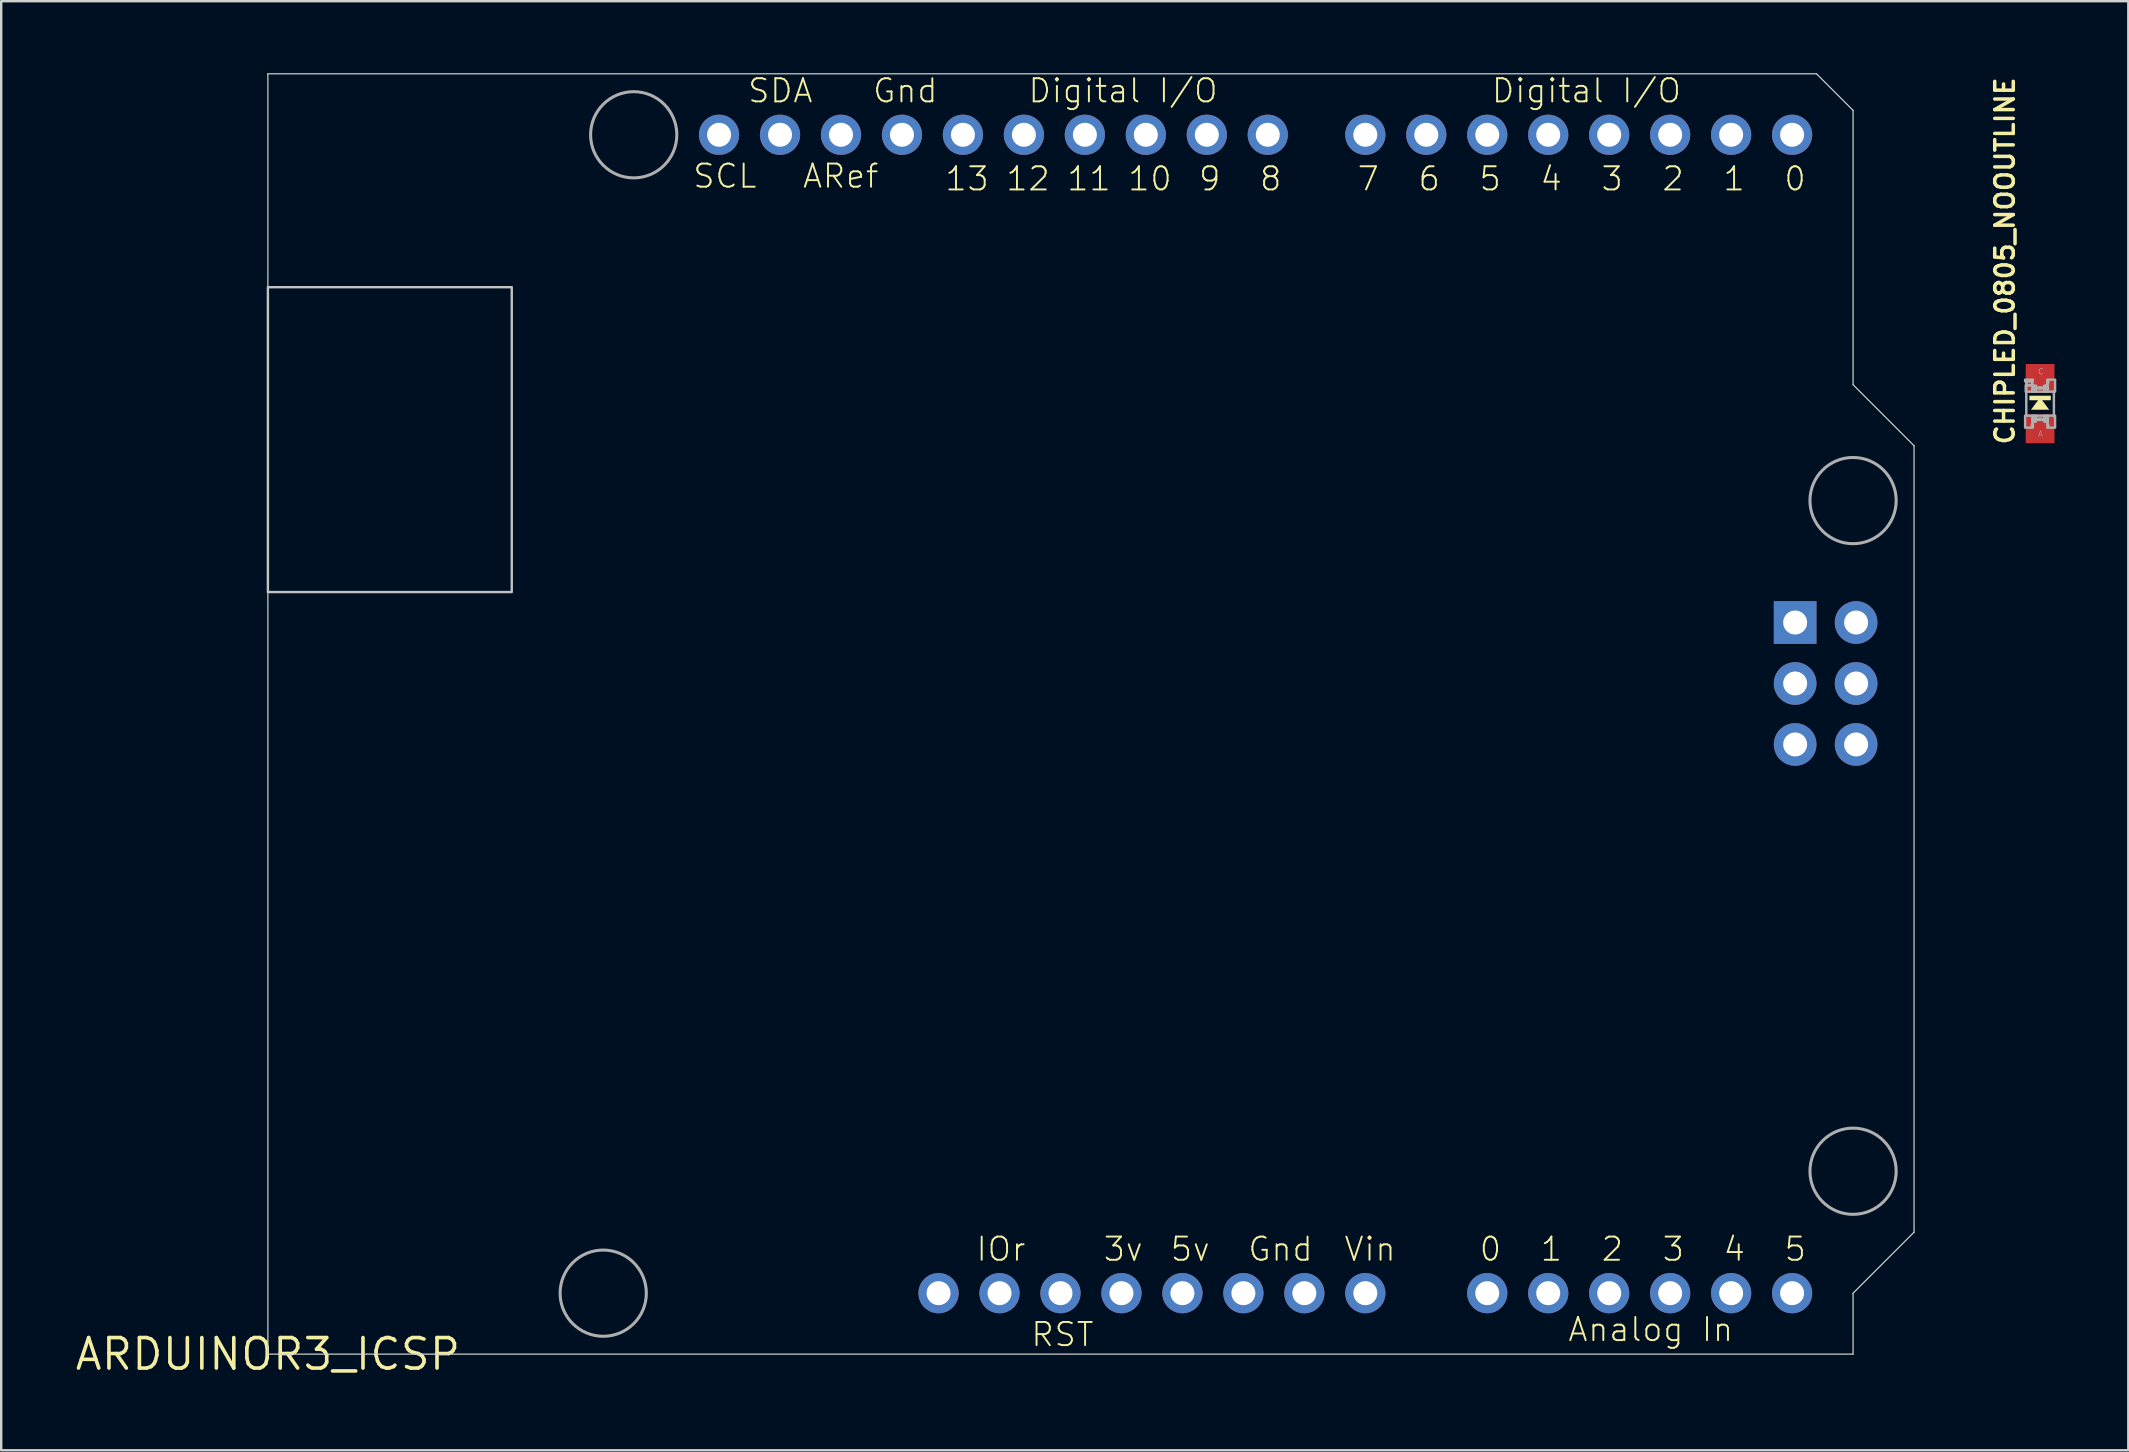
<source format=kicad_pcb>
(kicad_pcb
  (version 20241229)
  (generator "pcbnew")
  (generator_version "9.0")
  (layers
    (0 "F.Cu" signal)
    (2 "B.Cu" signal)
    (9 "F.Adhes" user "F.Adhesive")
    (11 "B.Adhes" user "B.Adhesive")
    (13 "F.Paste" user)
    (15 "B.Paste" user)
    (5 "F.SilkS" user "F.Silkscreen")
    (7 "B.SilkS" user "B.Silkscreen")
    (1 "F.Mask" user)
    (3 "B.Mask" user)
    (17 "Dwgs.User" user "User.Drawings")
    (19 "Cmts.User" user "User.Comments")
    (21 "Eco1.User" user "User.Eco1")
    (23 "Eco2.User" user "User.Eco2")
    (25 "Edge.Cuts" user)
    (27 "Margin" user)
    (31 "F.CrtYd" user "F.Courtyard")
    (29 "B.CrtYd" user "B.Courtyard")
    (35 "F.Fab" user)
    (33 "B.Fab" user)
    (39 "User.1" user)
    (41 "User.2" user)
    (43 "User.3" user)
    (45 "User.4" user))
  (footprint "ARDUINOR3_ICSP"
    (layer "F.Cu")
    (at 8.111 53.365)
    (property "Reference" "ARDUINOR3_ICSP" (at 0 0 0) (layer "F.SilkS") (effects (font (size 1.27 1.27) (thickness 0.15))))
    (attr through_hole)
    (fp_poly (pts (xy 0 -44.45) (xy 10.16 -44.45) (xy 10.16 -31.75) (xy 0 -31.75)) (stroke (width 0.1) (type solid)) (fill no) (layer "Dwgs.User"))
    (fp_line (start 0 -53.34) (end 0 0) (stroke (width 0.05) (type solid)) (layer "Edge.Cuts"))
    (fp_line (start 0 0) (end 66.04 0) (stroke (width 0.05) (type solid)) (layer "Edge.Cuts"))
    (fp_line (start 64.516 -53.34) (end 0 -53.34) (stroke (width 0.05) (type solid)) (layer "Edge.Cuts"))
    (fp_line (start 66.04 -51.816) (end 64.516 -53.34) (stroke (width 0.05) (type solid)) (layer "Edge.Cuts"))
    (fp_line (start 66.04 -40.386) (end 66.04 -51.816) (stroke (width 0.05) (type solid)) (layer "Edge.Cuts"))
    (fp_line (start 66.04 -2.54) (end 68.58 -5.08) (stroke (width 0.05) (type solid)) (layer "Edge.Cuts"))
    (fp_line (start 66.04 0) (end 66.04 -2.54) (stroke (width 0.05) (type solid)) (layer "Edge.Cuts"))
    (fp_line (start 68.58 -37.846) (end 66.04 -40.386) (stroke (width 0.05) (type solid)) (layer "Edge.Cuts"))
    (fp_line (start 68.58 -5.08) (end 68.58 -37.846) (stroke (width 0.05) (type solid)) (layer "Edge.Cuts"))
    (fp_circle (center 13.97 -2.54) (end 15.766 -2.54) (stroke (width 0.127) (type solid)) (fill no) (layer "F.Fab"))
    (fp_circle (center 15.24 -50.8) (end 17.036 -50.8) (stroke (width 0.127) (type solid)) (fill no) (layer "F.Fab"))
    (fp_circle (center 66.04 -35.56) (end 67.836 -35.56) (stroke (width 0.127) (type solid)) (fill no) (layer "F.Fab"))
    (fp_circle (center 66.04 -7.62) (end 67.836 -7.62) (stroke (width 0.127) (type solid)) (fill no) (layer "F.Fab"))
    (fp_text user "4" (at 60.579 -3.81 0) (layer "F.SilkS") (effects (font (size 0.965 0.965) (thickness 0.081)) (justify left bottom)))
    (fp_text user "0" (at 50.419 -3.81 0) (layer "F.SilkS") (effects (font (size 0.965 0.965) (thickness 0.081)) (justify left bottom)))
    (fp_text user "IOr" (at 29.454 -3.81 0) (layer "F.SilkS") (effects (font (size 0.965 0.965) (thickness 0.081)) (justify left bottom)))
    (fp_text user "3v" (at 34.752 -3.81 0) (layer "F.SilkS") (effects (font (size 0.965 0.965) (thickness 0.081)) (justify left bottom)))
    (fp_text user "11" (at 35.179 -49.53 0) (layer "F.SilkS") (effects (font (size 0.965 0.965) (thickness 0.081)) (justify right top)))
    (fp_text user "Analog In" (at 54.112 -0.462 0) (layer "F.SilkS") (effects (font (size 0.965 0.965) (thickness 0.081)) (justify left bottom)))
    (fp_text user "SDA" (at 19.939 -52.07 0) (layer "F.SilkS") (effects (font (size 0.965 0.965) (thickness 0.081)) (justify left bottom)))
    (fp_text user "9" (at 39.751 -49.53 0) (layer "F.SilkS") (effects (font (size 0.965 0.965) (thickness 0.081)) (justify right top)))
    (fp_text user "13" (at 30.099 -49.53 0) (layer "F.SilkS") (effects (font (size 0.965 0.965) (thickness 0.081)) (justify right top)))
    (fp_text user "Vin" (at 44.785 -3.81 0) (layer "F.SilkS") (effects (font (size 0.965 0.965) (thickness 0.081)) (justify left bottom)))
    (fp_text user "3" (at 58.039 -3.81 0) (layer "F.SilkS") (effects (font (size 0.965 0.965) (thickness 0.081)) (justify left bottom)))
    (fp_text user "RST" (at 31.74 -0.254 0) (layer "F.SilkS") (effects (font (size 0.965 0.965) (thickness 0.081)) (justify left bottom)))
    (fp_text user "1" (at 61.595 -49.53 0) (layer "F.SilkS") (effects (font (size 0.965 0.965) (thickness 0.081)) (justify right top)))
    (fp_text user "12" (at 32.639 -49.53 0) (layer "F.SilkS") (effects (font (size 0.965 0.965) (thickness 0.081)) (justify right top)))
    (fp_text user "2" (at 59.055 -49.53 0) (layer "F.SilkS") (effects (font (size 0.965 0.965) (thickness 0.081)) (justify right top)))
    (fp_text user "2" (at 55.499 -3.81 0) (layer "F.SilkS") (effects (font (size 0.965 0.965) (thickness 0.081)) (justify left bottom)))
    (fp_text user "3" (at 56.515 -49.53 0) (layer "F.SilkS") (effects (font (size 0.965 0.965) (thickness 0.081)) (justify right top)))
    (fp_text user "0" (at 64.135 -49.53 0) (layer "F.SilkS") (effects (font (size 0.965 0.965) (thickness 0.081)) (justify right top)))
    (fp_text user "8" (at 42.291 -49.53 0) (layer "F.SilkS") (effects (font (size 0.965 0.965) (thickness 0.081)) (justify right top)))
    (fp_text user "Digital I/O" (at 50.927 -52.07 0) (layer "F.SilkS") (effects (font (size 0.965 0.965) (thickness 0.081)) (justify left bottom)))
    (fp_text user "7" (at 46.355 -49.53 0) (layer "F.SilkS") (effects (font (size 0.965 0.965) (thickness 0.081)) (justify right top)))
    (fp_text user "6" (at 48.895 -49.53 0) (layer "F.SilkS") (effects (font (size 0.965 0.965) (thickness 0.081)) (justify right top)))
    (fp_text user "SCL" (at 17.653 -48.514 0) (layer "F.SilkS") (effects (font (size 0.965 0.965) (thickness 0.081)) (justify left bottom)))
    (fp_text user "Gnd" (at 25.146 -52.07 0) (layer "F.SilkS") (effects (font (size 0.965 0.965) (thickness 0.081)) (justify left bottom)))
    (fp_text user "Gnd" (at 40.777 -3.81 0) (layer "F.SilkS") (effects (font (size 0.965 0.965) (thickness 0.081)) (justify left bottom)))
    (fp_text user "4" (at 53.975 -49.53 0) (layer "F.SilkS") (effects (font (size 0.965 0.965) (thickness 0.081)) (justify right top)))
    (fp_text user "1" (at 52.959 -3.81 0) (layer "F.SilkS") (effects (font (size 0.965 0.965) (thickness 0.081)) (justify left bottom)))
    (fp_text user "10" (at 37.719 -49.53 0) (layer "F.SilkS") (effects (font (size 0.965 0.965) (thickness 0.081)) (justify right top)))
    (fp_text user "5v" (at 37.546 -3.81 0) (layer "F.SilkS") (effects (font (size 0.965 0.965) (thickness 0.081)) (justify left bottom)))
    (fp_text user "5" (at 63.119 -3.81 0) (layer "F.SilkS") (effects (font (size 0.965 0.965) (thickness 0.081)) (justify left bottom)))
    (fp_text user "5" (at 51.435 -49.53 0) (layer "F.SilkS") (effects (font (size 0.965 0.965) (thickness 0.081)) (justify right top)))
    (fp_text user "Digital I/O" (at 31.623 -52.07 0) (layer "F.SilkS") (effects (font (size 0.965 0.965) (thickness 0.081)) (justify left bottom)))
    (fp_text user "ARef" (at 22.225 -48.514 0) (layer "F.SilkS") (effects (font (size 0.965 0.965) (thickness 0.081)) (justify left bottom)))
    (pad "3V" thru_hole circle (at 35.56 -2.54) (size 1.676 1.676) (drill 1) (layers "*.Cu" "*.Mask"))
    (pad "5V" thru_hole circle (at 38.1 -2.54) (size 1.676 1.676) (drill 1) (layers "*.Cu" "*.Mask"))
    (pad "5V_ICSP" thru_hole circle (at 66.167 -30.48) (size 1.778 1.778) (drill 1) (layers "*.Cu" "*.Mask"))
    (pad "A0" thru_hole circle (at 50.8 -2.54) (size 1.676 1.676) (drill 1) (layers "*.Cu" "*.Mask"))
    (pad "A1" thru_hole circle (at 53.34 -2.54) (size 1.676 1.676) (drill 1) (layers "*.Cu" "*.Mask"))
    (pad "A2" thru_hole circle (at 55.88 -2.54) (size 1.676 1.676) (drill 1) (layers "*.Cu" "*.Mask"))
    (pad "A3" thru_hole circle (at 58.42 -2.54) (size 1.676 1.676) (drill 1) (layers "*.Cu" "*.Mask"))
    (pad "A4" thru_hole circle (at 60.96 -2.54) (size 1.676 1.676) (drill 1) (layers "*.Cu" "*.Mask"))
    (pad "A5" thru_hole circle (at 63.5 -2.54) (size 1.676 1.676) (drill 1) (layers "*.Cu" "*.Mask"))
    (pad "AREF" thru_hole circle (at 23.876 -50.8) (size 1.676 1.676) (drill 1) (layers "*.Cu" "*.Mask"))
    (pad "D0" thru_hole circle (at 63.5 -50.8) (size 1.676 1.676) (drill 1) (layers "*.Cu" "*.Mask"))
    (pad "D1" thru_hole circle (at 60.96 -50.8) (size 1.676 1.676) (drill 1) (layers "*.Cu" "*.Mask"))
    (pad "D2" thru_hole circle (at 58.42 -50.8) (size 1.676 1.676) (drill 1) (layers "*.Cu" "*.Mask"))
    (pad "D3" thru_hole circle (at 55.88 -50.8) (size 1.676 1.676) (drill 1) (layers "*.Cu" "*.Mask"))
    (pad "D4" thru_hole circle (at 53.34 -50.8) (size 1.676 1.676) (drill 1) (layers "*.Cu" "*.Mask"))
    (pad "D5" thru_hole circle (at 50.8 -50.8) (size 1.676 1.676) (drill 1) (layers "*.Cu" "*.Mask"))
    (pad "D6" thru_hole circle (at 48.26 -50.8) (size 1.676 1.676) (drill 1) (layers "*.Cu" "*.Mask"))
    (pad "D7" thru_hole circle (at 45.72 -50.8) (size 1.676 1.676) (drill 1) (layers "*.Cu" "*.Mask"))
    (pad "D8" thru_hole circle (at 41.656 -50.8) (size 1.676 1.676) (drill 1) (layers "*.Cu" "*.Mask"))
    (pad "D9" thru_hole circle (at 39.116 -50.8) (size 1.676 1.676) (drill 1) (layers "*.Cu" "*.Mask"))
    (pad "D10" thru_hole circle (at 36.576 -50.8) (size 1.676 1.676) (drill 1) (layers "*.Cu" "*.Mask"))
    (pad "D11" thru_hole circle (at 34.036 -50.8) (size 1.676 1.676) (drill 1) (layers "*.Cu" "*.Mask"))
    (pad "D12" thru_hole circle (at 31.496 -50.8) (size 1.676 1.676) (drill 1) (layers "*.Cu" "*.Mask"))
    (pad "D13" thru_hole circle (at 28.956 -50.8) (size 1.676 1.676) (drill 1) (layers "*.Cu" "*.Mask"))
    (pad "GND" thru_hole circle (at 26.416 -50.8) (size 1.676 1.676) (drill 1) (layers "*.Cu" "*.Mask"))
    (pad "GND@1" thru_hole circle (at 43.18 -2.54) (size 1.676 1.676) (drill 1) (layers "*.Cu" "*.Mask"))
    (pad "GND@2" thru_hole circle (at 40.64 -2.54) (size 1.676 1.676) (drill 1) (layers "*.Cu" "*.Mask"))
    (pad "GND@3" thru_hole circle (at 66.167 -25.4) (size 1.778 1.778) (drill 1) (layers "*.Cu" "*.Mask"))
    (pad "IOREF" thru_hole circle (at 30.48 -2.54) (size 1.676 1.676) (drill 1) (layers "*.Cu" "*.Mask"))
    (pad "MISO" thru_hole rect (at 63.627 -30.48) (size 1.778 1.778) (drill 1) (layers "*.Cu" "*.Mask"))
    (pad "MOSI" thru_hole circle (at 66.167 -27.94) (size 1.778 1.778) (drill 1) (layers "*.Cu" "*.Mask"))
    (pad "RESERVED" thru_hole circle (at 27.94 -2.54) (size 1.676 1.676) (drill 1) (layers "*.Cu" "*.Mask"))
    (pad "RESET" thru_hole circle (at 33.02 -2.54) (size 1.676 1.676) (drill 1) (layers "*.Cu" "*.Mask"))
    (pad "RESET_ICSP" thru_hole circle (at 63.627 -25.4) (size 1.778 1.778) (drill 1) (layers "*.Cu" "*.Mask"))
    (pad "SCK" thru_hole circle (at 63.627 -27.94) (size 1.778 1.778) (drill 1) (layers "*.Cu" "*.Mask"))
    (pad "SCL" thru_hole circle (at 18.796 -50.8) (size 1.676 1.676) (drill 1) (layers "*.Cu" "*.Mask"))
    (pad "SDA" thru_hole circle (at 21.336 -50.8) (size 1.676 1.676) (drill 1) (layers "*.Cu" "*.Mask"))
    (pad "VIN" thru_hole circle (at 45.72 -2.54) (size 1.676 1.676) (drill 1) (layers "*.Cu" "*.Mask")))
  (footprint "CHIPLED_0805_NOOUTLINE"
    (layer "F.Cu")
    (at 81.943 13.766)
    (property "Reference" "CHIPLED_0805_NOOUTLINE" (at -1.016 1.778 90) (layer "F.SilkS") (effects (font (size 0.772 0.772) (thickness 0.146)) (justify left bottom)))
    (attr through_hole)
    (fp_poly (pts (xy 0 -0.254) (xy -0.381 0.254) (xy 0.381 0.254)) (stroke (width 0) (type solid)) (fill yes) (layer "F.SilkS"))
    (fp_poly (pts (xy -0.445 -0.141) (xy 0.445 -0.141) (xy 0.445 -0.331) (xy -0.445 -0.331)) (stroke (width 0) (type solid)) (fill yes) (layer "F.SilkS"))
    (fp_line (start -0.575 0.5) (end -0.575 -0.925) (stroke (width 0.102) (type solid)) (layer "F.Fab"))
    (fp_line (start 0.575 -0.525) (end 0.575 0.525) (stroke (width 0.102) (type solid)) (layer "F.Fab"))
    (fp_arc (start -0.35 0.925) (mid -0.000001 0.625027) (end 0.35 0.924998) (stroke (width 0.1016) (type solid)) (layer "F.Fab"))
    (fp_arc (start 0.35 -0.924998) (mid -0.000001 -0.625027) (end -0.35 -0.925) (stroke (width 0.1016) (type solid)) (layer "F.Fab"))
    (fp_circle (center -0.45 -0.85) (end -0.347 -0.85) (stroke (width 0.076) (type solid)) (fill no) (layer "F.Fab"))
    (fp_poly (pts (xy -0.625 -0.925) (xy -0.3 -0.925) (xy -0.3 -1) (xy -0.625 -1)) (stroke (width 0.1) (type solid)) (fill no) (layer "F.Fab"))
    (fp_poly (pts (xy -0.625 1) (xy -0.3 1) (xy -0.3 0.5) (xy -0.625 0.5)) (stroke (width 0.1) (type solid)) (fill no) (layer "F.Fab"))
    (fp_poly (pts (xy -0.6 -0.5) (xy -0.3 -0.5) (xy -0.3 -0.762) (xy -0.6 -0.762)) (stroke (width 0.1) (type solid)) (fill no) (layer "F.Fab"))
    (fp_poly (pts (xy -0.325 -0.5) (xy -0.175 -0.5) (xy -0.175 -0.75) (xy -0.325 -0.75)) (stroke (width 0.1) (type solid)) (fill no) (layer "F.Fab"))
    (fp_poly (pts (xy -0.325 0.75) (xy -0.175 0.75) (xy -0.175 0.5) (xy -0.325 0.5)) (stroke (width 0.1) (type solid)) (fill no) (layer "F.Fab"))
    (fp_poly (pts (xy -0.2 -0.5) (xy 0.2 -0.5) (xy 0.2 -0.675) (xy -0.2 -0.675)) (stroke (width 0.1) (type solid)) (fill no) (layer "F.Fab"))
    (fp_poly (pts (xy -0.2 0.675) (xy 0.2 0.675) (xy 0.2 0.5) (xy -0.2 0.5)) (stroke (width 0.1) (type solid)) (fill no) (layer "F.Fab"))
    (fp_poly (pts (xy 0.175 -0.5) (xy 0.325 -0.5) (xy 0.325 -0.75) (xy 0.175 -0.75)) (stroke (width 0.1) (type solid)) (fill no) (layer "F.Fab"))
    (fp_poly (pts (xy 0.175 0.75) (xy 0.325 0.75) (xy 0.325 0.5) (xy 0.175 0.5)) (stroke (width 0.1) (type solid)) (fill no) (layer "F.Fab"))
    (fp_poly (pts (xy 0.3 -0.5) (xy 0.625 -0.5) (xy 0.625 -1) (xy 0.3 -1)) (stroke (width 0.1) (type solid)) (fill no) (layer "F.Fab"))
    (fp_poly (pts (xy 0.3 1) (xy 0.625 1) (xy 0.625 0.5) (xy 0.3 0.5)) (stroke (width 0.1) (type solid)) (fill no) (layer "F.Fab"))
    (fp_text user "C" (at -0.1 -1.2 0) (layer "F.Fab") (effects (font (size 0.241 0.241) (thickness 0.02)) (justify left bottom)))
    (fp_text user "A" (at -0.1 1.4 0) (layer "F.Fab") (effects (font (size 0.241 0.241) (thickness 0.02)) (justify left bottom)))
    (pad "A" smd rect (at 0 1.05) (size 1.2 1.2) (layers "F.Cu" "F.Mask" "F.Paste"))
    (pad "C" smd rect (at 0 -1.05) (size 1.2 1.2) (layers "F.Cu" "F.Mask" "F.Paste")))
  (gr_rect
    (start -3 -3)
    (end 85.618 57.371)
    (stroke (width 0.1) (type default))
    (fill no)
    (layer "Edge.Cuts")))
</source>
